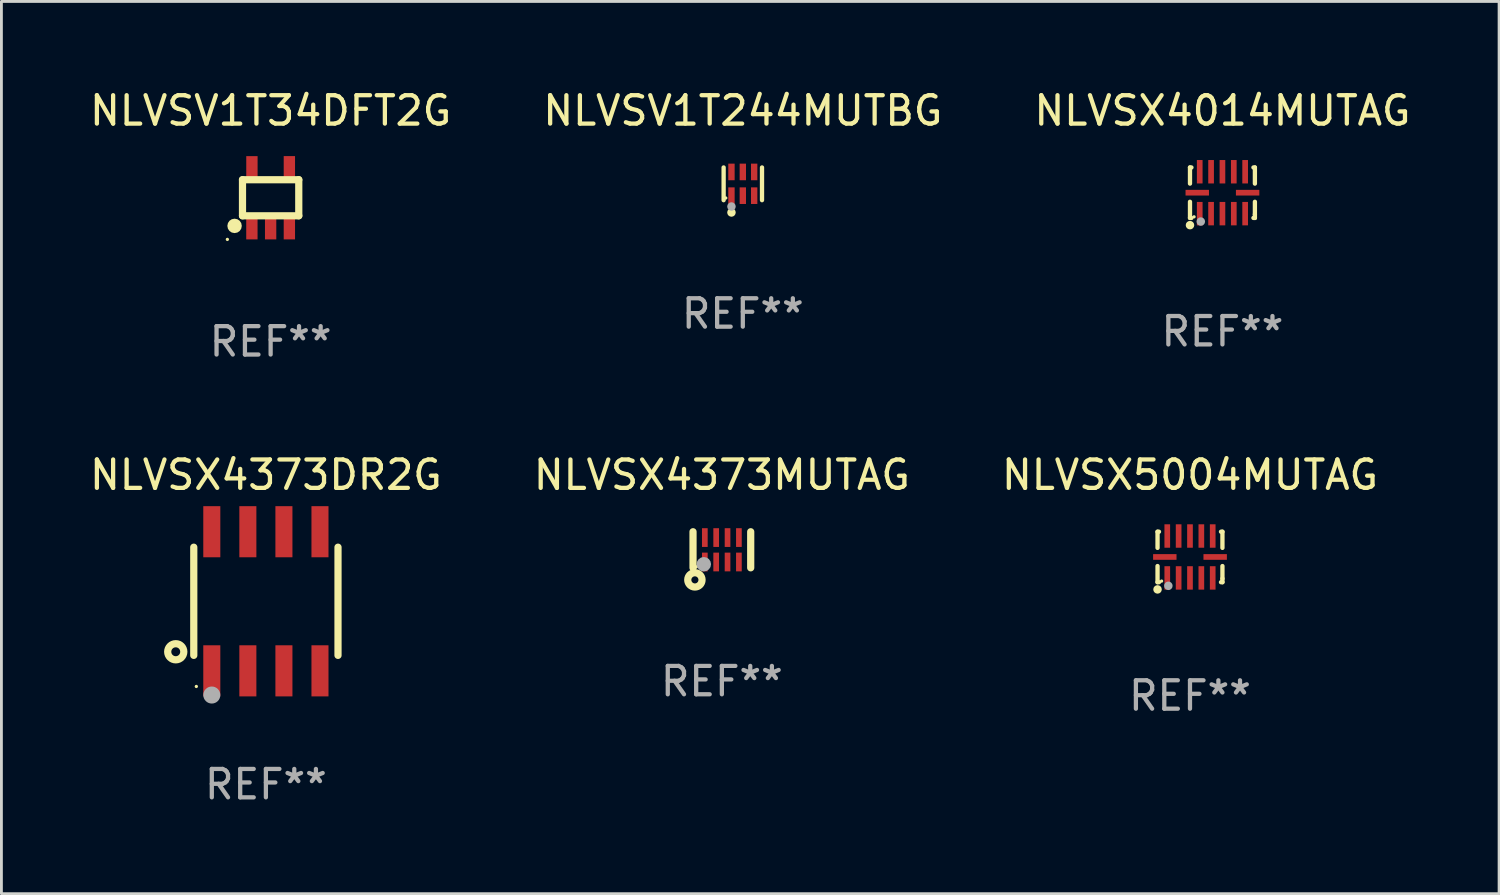
<source format=kicad_pcb>
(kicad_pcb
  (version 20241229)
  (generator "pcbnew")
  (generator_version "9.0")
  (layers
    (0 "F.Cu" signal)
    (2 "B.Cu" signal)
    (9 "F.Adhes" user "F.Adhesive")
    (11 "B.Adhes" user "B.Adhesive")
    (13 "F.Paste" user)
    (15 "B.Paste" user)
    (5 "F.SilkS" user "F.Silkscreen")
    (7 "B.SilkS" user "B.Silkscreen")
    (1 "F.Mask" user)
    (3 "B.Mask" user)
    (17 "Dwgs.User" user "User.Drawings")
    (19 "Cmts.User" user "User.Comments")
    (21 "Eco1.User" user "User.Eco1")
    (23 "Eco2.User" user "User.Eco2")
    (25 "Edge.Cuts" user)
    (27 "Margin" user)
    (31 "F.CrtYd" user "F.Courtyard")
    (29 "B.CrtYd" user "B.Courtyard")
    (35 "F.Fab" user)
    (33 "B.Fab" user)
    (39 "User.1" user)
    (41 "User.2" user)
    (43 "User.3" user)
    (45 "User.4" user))
  (footprint "NLVSX5004MUTAG"
    (layer "F.Cu")
    (at 38.863 16.567)
    (property "Reference" "NLVSX5004MUTAG" (at 0 -2.889 0) (layer "F.SilkS") (effects (font (size 1 1) (thickness 0.15))))
    (attr through_hole)
    (fp_line (start -1.143 -0.889) (end -1.143 -0.32) (stroke (width 0.152) (type solid)) (layer "F.SilkS"))
    (fp_line (start -1.143 0.32) (end -1.143 0.889) (stroke (width 0.152) (type solid)) (layer "F.SilkS"))
    (fp_line (start -1.143 0.889) (end -1.092 0.889) (stroke (width 0.152) (type solid)) (layer "F.SilkS"))
    (fp_line (start -1.092 -0.889) (end -1.143 -0.889) (stroke (width 0.152) (type solid)) (layer "F.SilkS"))
    (fp_line (start 1.092 0.889) (end 1.143 0.889) (stroke (width 0.152) (type solid)) (layer "F.SilkS"))
    (fp_line (start 1.143 -0.889) (end 1.092 -0.889) (stroke (width 0.152) (type solid)) (layer "F.SilkS"))
    (fp_line (start 1.143 -0.32) (end 1.143 -0.889) (stroke (width 0.152) (type solid)) (layer "F.SilkS"))
    (fp_line (start 1.143 0.762) (end 1.143 0.32) (stroke (width 0.152) (type solid)) (layer "F.SilkS"))
    (fp_line (start 1.143 0.889) (end 1.143 0.762) (stroke (width 0.152) (type solid)) (layer "F.SilkS"))
    (fp_circle (center -1.143 1.143) (end -1.068 1.143) (stroke (width 0.15) (type solid)) (fill no) (layer "F.SilkS"))
    (fp_circle (center -1 0.85) (end -0.97 0.85) (stroke (width 0.06) (type solid)) (fill no) (layer "F.SilkS"))
    (fp_circle (center -0.762 1.016) (end -0.687 1.016) (stroke (width 0.15) (type solid)) (fill no) (layer "F.Fab"))
    (fp_text user "REF**" (at 0 4.889 0) (layer "F.Fab") (effects (font (size 1 1) (thickness 0.15))))
    (pad "1" smd rect (at -0.8 0.738) (size 0.2 0.825) (layers "F.Cu" "F.Mask" "F.Paste"))
    (pad "2" smd rect (at -0.4 0.738) (size 0.2 0.825) (layers "F.Cu" "F.Mask" "F.Paste"))
    (pad "3" smd rect (at 0 0.738) (size 0.2 0.825) (layers "F.Cu" "F.Mask" "F.Paste"))
    (pad "4" smd rect (at 0.4 0.738) (size 0.2 0.825) (layers "F.Cu" "F.Mask" "F.Paste"))
    (pad "5" smd rect (at 0.8 0.738) (size 0.2 0.825) (layers "F.Cu" "F.Mask" "F.Paste"))
    (pad "6" smd rect (at 0.887 0) (size 0.825 0.2) (layers "F.Cu" "F.Mask" "F.Paste"))
    (pad "7" smd rect (at 0.8 -0.738) (size 0.2 0.825) (layers "F.Cu" "F.Mask" "F.Paste"))
    (pad "8" smd rect (at 0.4 -0.738) (size 0.2 0.825) (layers "F.Cu" "F.Mask" "F.Paste"))
    (pad "9" smd rect (at 0 -0.738) (size 0.2 0.825) (layers "F.Cu" "F.Mask" "F.Paste"))
    (pad "10" smd rect (at -0.4 -0.738) (size 0.2 0.825) (layers "F.Cu" "F.Mask" "F.Paste"))
    (pad "11" smd rect (at -0.8 -0.738) (size 0.2 0.825) (layers "F.Cu" "F.Mask" "F.Paste"))
    (pad "12" smd rect (at -0.887 0) (size 0.825 0.2) (layers "F.Cu" "F.Mask" "F.Paste")))
  (footprint "NLVSX4373DR2G"
    (layer "F.Cu")
    (at 6.315 18.128)
    (property "Reference" "NLVSX4373DR2G" (at 0 -4.45 0) (layer "F.SilkS") (effects (font (size 1 1) (thickness 0.15))))
    (attr through_hole)
    (fp_line (start -2.54 -1.905) (end -2.54 1.905) (stroke (width 0.254) (type solid)) (layer "F.SilkS"))
    (fp_line (start 2.54 -1.905) (end 2.54 1.905) (stroke (width 0.254) (type solid)) (layer "F.SilkS"))
    (fp_circle (center -3.175 1.778) (end -2.891 1.778) (stroke (width 0.254) (type solid)) (fill no) (layer "F.SilkS"))
    (fp_circle (center -2.45 3) (end -2.42 3) (stroke (width 0.06) (type solid)) (fill no) (layer "F.SilkS"))
    (fp_circle (center -1.905 3.302) (end -1.755 3.302) (stroke (width 0.3) (type solid)) (fill no) (layer "F.Fab"))
    (fp_text user "REF**" (at 0 6.45 0) (layer "F.Fab") (effects (font (size 1 1) (thickness 0.15))))
    (pad "1" smd rect (at -1.905 2.45) (size 0.6 1.8) (layers "F.Cu" "F.Mask" "F.Paste"))
    (pad "2" smd rect (at -0.635 2.45) (size 0.6 1.8) (layers "F.Cu" "F.Mask" "F.Paste"))
    (pad "3" smd rect (at 0.635 2.45) (size 0.6 1.8) (layers "F.Cu" "F.Mask" "F.Paste"))
    (pad "4" smd rect (at 1.905 2.45) (size 0.6 1.8) (layers "F.Cu" "F.Mask" "F.Paste"))
    (pad "5" smd rect (at 1.905 -2.45 180) (size 0.6 1.8) (layers "F.Cu" "F.Mask" "F.Paste"))
    (pad "6" smd rect (at 0.635 -2.45 180) (size 0.6 1.8) (layers "F.Cu" "F.Mask" "F.Paste"))
    (pad "7" smd rect (at -0.635 -2.45 180) (size 0.6 1.8) (layers "F.Cu" "F.Mask" "F.Paste"))
    (pad "8" smd rect (at -1.905 -2.45 180) (size 0.6 1.8) (layers "F.Cu" "F.Mask" "F.Paste")))
  (footprint "NLVSV1T244MUTBG"
    (layer "F.Cu")
    (at 23.113 3.424)
    (property "Reference" "NLVSV1T244MUTBG" (at 0 -2.576 0) (layer "F.SilkS") (effects (font (size 1 1) (thickness 0.15))))
    (attr through_hole)
    (fp_line (start -0.676 0.576) (end -0.676 -0.576) (stroke (width 0.152) (type solid)) (layer "F.SilkS"))
    (fp_line (start 0.676 0.576) (end 0.676 -0.576) (stroke (width 0.152) (type solid)) (layer "F.SilkS"))
    (fp_circle (center -0.6 0.5) (end -0.57 0.5) (stroke (width 0.06) (type solid)) (fill no) (layer "F.SilkS"))
    (fp_circle (center -0.4 1.01) (end -0.325 1.01) (stroke (width 0.15) (type solid)) (fill no) (layer "F.SilkS"))
    (fp_circle (center -0.4 0.8) (end -0.325 0.8) (stroke (width 0.15) (type solid)) (fill no) (layer "F.Fab"))
    (fp_text user "REF**" (at 0 4.576 0) (layer "F.Fab") (effects (font (size 1 1) (thickness 0.15))))
    (pad "1" smd rect (at -0.4 0.418) (size 0.224 0.585) (layers "F.Cu" "F.Mask" "F.Paste"))
    (pad "2" smd rect (at 0 0.418) (size 0.224 0.585) (layers "F.Cu" "F.Mask" "F.Paste"))
    (pad "3" smd rect (at 0.4 0.418) (size 0.224 0.585) (layers "F.Cu" "F.Mask" "F.Paste"))
    (pad "4" smd rect (at 0.4 -0.418) (size 0.224 0.585) (layers "F.Cu" "F.Mask" "F.Paste"))
    (pad "5" smd rect (at 0 -0.418) (size 0.224 0.585) (layers "F.Cu" "F.Mask" "F.Paste"))
    (pad "6" smd rect (at -0.4 -0.418) (size 0.224 0.585) (layers "F.Cu" "F.Mask" "F.Paste")))
  (footprint "NLVSX4373MUTAG"
    (layer "F.Cu")
    (at 22.375 16.314)
    (property "Reference" "NLVSX4373MUTAG" (at 0 -2.635 0) (layer "F.SilkS") (effects (font (size 1 1) (thickness 0.15))))
    (attr through_hole)
    (fp_line (start -1.016 0.635) (end -1.016 -0.635) (stroke (width 0.254) (type solid)) (layer "F.SilkS"))
    (fp_line (start 1.016 0.635) (end 1.016 -0.635) (stroke (width 0.254) (type solid)) (layer "F.SilkS"))
    (fp_circle (center -0.95 1.06) (end -0.825 1.06) (stroke (width 0.254) (type solid)) (fill no) (layer "F.SilkS"))
    (fp_circle (center -0.9 0.601) (end -0.87 0.601) (stroke (width 0.06) (type solid)) (fill no) (layer "F.SilkS"))
    (fp_circle (center -0.635 0.509) (end -0.508 0.509) (stroke (width 0.254) (type solid)) (fill no) (layer "F.Fab"))
    (fp_text user "REF**" (at 0 4.635 0) (layer "F.Fab") (effects (font (size 1 1) (thickness 0.15))))
    (pad "1" smd rect (at -0.6 0.43 180) (size 0.2 0.66) (layers "F.Cu" "F.Mask" "F.Paste"))
    (pad "2" smd rect (at -0.2 0.43 180) (size 0.2 0.66) (layers "F.Cu" "F.Mask" "F.Paste"))
    (pad "3" smd rect (at 0.2 0.43 180) (size 0.2 0.66) (layers "F.Cu" "F.Mask" "F.Paste"))
    (pad "4" smd rect (at 0.6 0.43 180) (size 0.2 0.66) (layers "F.Cu" "F.Mask" "F.Paste"))
    (pad "5" smd rect (at 0.6 -0.43 180) (size 0.2 0.66) (layers "F.Cu" "F.Mask" "F.Paste"))
    (pad "6" smd rect (at 0.2 -0.43 180) (size 0.2 0.66) (layers "F.Cu" "F.Mask" "F.Paste"))
    (pad "7" smd rect (at -0.2 -0.43 180) (size 0.2 0.66) (layers "F.Cu" "F.Mask" "F.Paste"))
    (pad "8" smd rect (at -0.6 -0.43 180) (size 0.2 0.66) (layers "F.Cu" "F.Mask" "F.Paste")))
  (footprint "NLVSV1T34DFT2G"
    (layer "F.Cu")
    (at 6.482 3.915)
    (property "Reference" "NLVSV1T34DFT2G" (at 0 -3.067 0) (layer "F.SilkS") (effects (font (size 1 1) (thickness 0.15))))
    (attr through_hole)
    (fp_line (start -0.991 -0.635) (end 0.991 -0.635) (stroke (width 0.254) (type solid)) (layer "F.SilkS"))
    (fp_line (start -0.991 0.635) (end -0.991 -0.635) (stroke (width 0.254) (type solid)) (layer "F.SilkS"))
    (fp_line (start 0.991 -0.635) (end 0.991 0.635) (stroke (width 0.254) (type solid)) (layer "F.SilkS"))
    (fp_line (start 0.991 0.635) (end -0.991 0.635) (stroke (width 0.254) (type solid)) (layer "F.SilkS"))
    (fp_circle (center -1.524 1.467) (end -1.494 1.467) (stroke (width 0.06) (type solid)) (fill no) (layer "F.SilkS"))
    (fp_circle (center -1.27 0.991) (end -1.143 0.991) (stroke (width 0.254) (type solid)) (fill no) (layer "F.SilkS"))
    (fp_text user "REF**" (at 0 5.067 0) (layer "F.Fab") (effects (font (size 1 1) (thickness 0.15))))
    (pad "1" smd rect (at -0.66 1.067 90) (size 0.8 0.399) (layers "F.Cu" "F.Mask" "F.Paste"))
    (pad "2" smd rect (at 0 1.067 90) (size 0.8 0.399) (layers "F.Cu" "F.Mask" "F.Paste"))
    (pad "3" smd rect (at 0.66 1.067 90) (size 0.8 0.399) (layers "F.Cu" "F.Mask" "F.Paste"))
    (pad "4" smd rect (at 0.66 -1.067 90) (size 0.8 0.399) (layers "F.Cu" "F.Mask" "F.Paste"))
    (pad "5" smd rect (at -0.659 -1.066 90) (size 0.8 0.399) (layers "F.Cu" "F.Mask" "F.Paste")))
  (footprint "NLVSX4014MUTAG"
    (layer "F.Cu")
    (at 40.006 3.737)
    (property "Reference" "NLVSX4014MUTAG" (at 0 -2.889 0) (layer "F.SilkS") (effects (font (size 1 1) (thickness 0.15))))
    (attr through_hole)
    (fp_line (start -1.143 -0.889) (end -1.143 -0.32) (stroke (width 0.152) (type solid)) (layer "F.SilkS"))
    (fp_line (start -1.143 0.32) (end -1.143 0.889) (stroke (width 0.152) (type solid)) (layer "F.SilkS"))
    (fp_line (start -1.143 0.889) (end -1.092 0.889) (stroke (width 0.152) (type solid)) (layer "F.SilkS"))
    (fp_line (start -1.092 -0.889) (end -1.143 -0.889) (stroke (width 0.152) (type solid)) (layer "F.SilkS"))
    (fp_line (start 1.092 0.889) (end 1.143 0.889) (stroke (width 0.152) (type solid)) (layer "F.SilkS"))
    (fp_line (start 1.143 -0.889) (end 1.092 -0.889) (stroke (width 0.152) (type solid)) (layer "F.SilkS"))
    (fp_line (start 1.143 -0.32) (end 1.143 -0.889) (stroke (width 0.152) (type solid)) (layer "F.SilkS"))
    (fp_line (start 1.143 0.762) (end 1.143 0.32) (stroke (width 0.152) (type solid)) (layer "F.SilkS"))
    (fp_line (start 1.143 0.889) (end 1.143 0.762) (stroke (width 0.152) (type solid)) (layer "F.SilkS"))
    (fp_circle (center -1.143 1.143) (end -1.068 1.143) (stroke (width 0.15) (type solid)) (fill no) (layer "F.SilkS"))
    (fp_circle (center -1 0.85) (end -0.97 0.85) (stroke (width 0.06) (type solid)) (fill no) (layer "F.SilkS"))
    (fp_circle (center -0.762 1.016) (end -0.687 1.016) (stroke (width 0.15) (type solid)) (fill no) (layer "F.Fab"))
    (fp_text user "REF**" (at 0 4.889 0) (layer "F.Fab") (effects (font (size 1 1) (thickness 0.15))))
    (pad "1" smd rect (at -0.8 0.738) (size 0.2 0.825) (layers "F.Cu" "F.Mask" "F.Paste"))
    (pad "2" smd rect (at -0.4 0.738) (size 0.2 0.825) (layers "F.Cu" "F.Mask" "F.Paste"))
    (pad "3" smd rect (at 0 0.738) (size 0.2 0.825) (layers "F.Cu" "F.Mask" "F.Paste"))
    (pad "4" smd rect (at 0.4 0.738) (size 0.2 0.825) (layers "F.Cu" "F.Mask" "F.Paste"))
    (pad "5" smd rect (at 0.8 0.738) (size 0.2 0.825) (layers "F.Cu" "F.Mask" "F.Paste"))
    (pad "6" smd rect (at 0.887 0) (size 0.825 0.2) (layers "F.Cu" "F.Mask" "F.Paste"))
    (pad "7" smd rect (at 0.8 -0.738) (size 0.2 0.825) (layers "F.Cu" "F.Mask" "F.Paste"))
    (pad "8" smd rect (at 0.4 -0.738) (size 0.2 0.825) (layers "F.Cu" "F.Mask" "F.Paste"))
    (pad "9" smd rect (at 0 -0.738) (size 0.2 0.825) (layers "F.Cu" "F.Mask" "F.Paste"))
    (pad "10" smd rect (at -0.4 -0.738) (size 0.2 0.825) (layers "F.Cu" "F.Mask" "F.Paste"))
    (pad "11" smd rect (at -0.8 -0.738) (size 0.2 0.825) (layers "F.Cu" "F.Mask" "F.Paste"))
    (pad "12" smd rect (at -0.887 0) (size 0.825 0.2) (layers "F.Cu" "F.Mask" "F.Paste")))
  (gr_rect
    (start -3 -3)
    (end 49.75 28.427)
    (stroke (width 0.1) (type default))
    (fill no)
    (layer "Edge.Cuts")))
</source>
